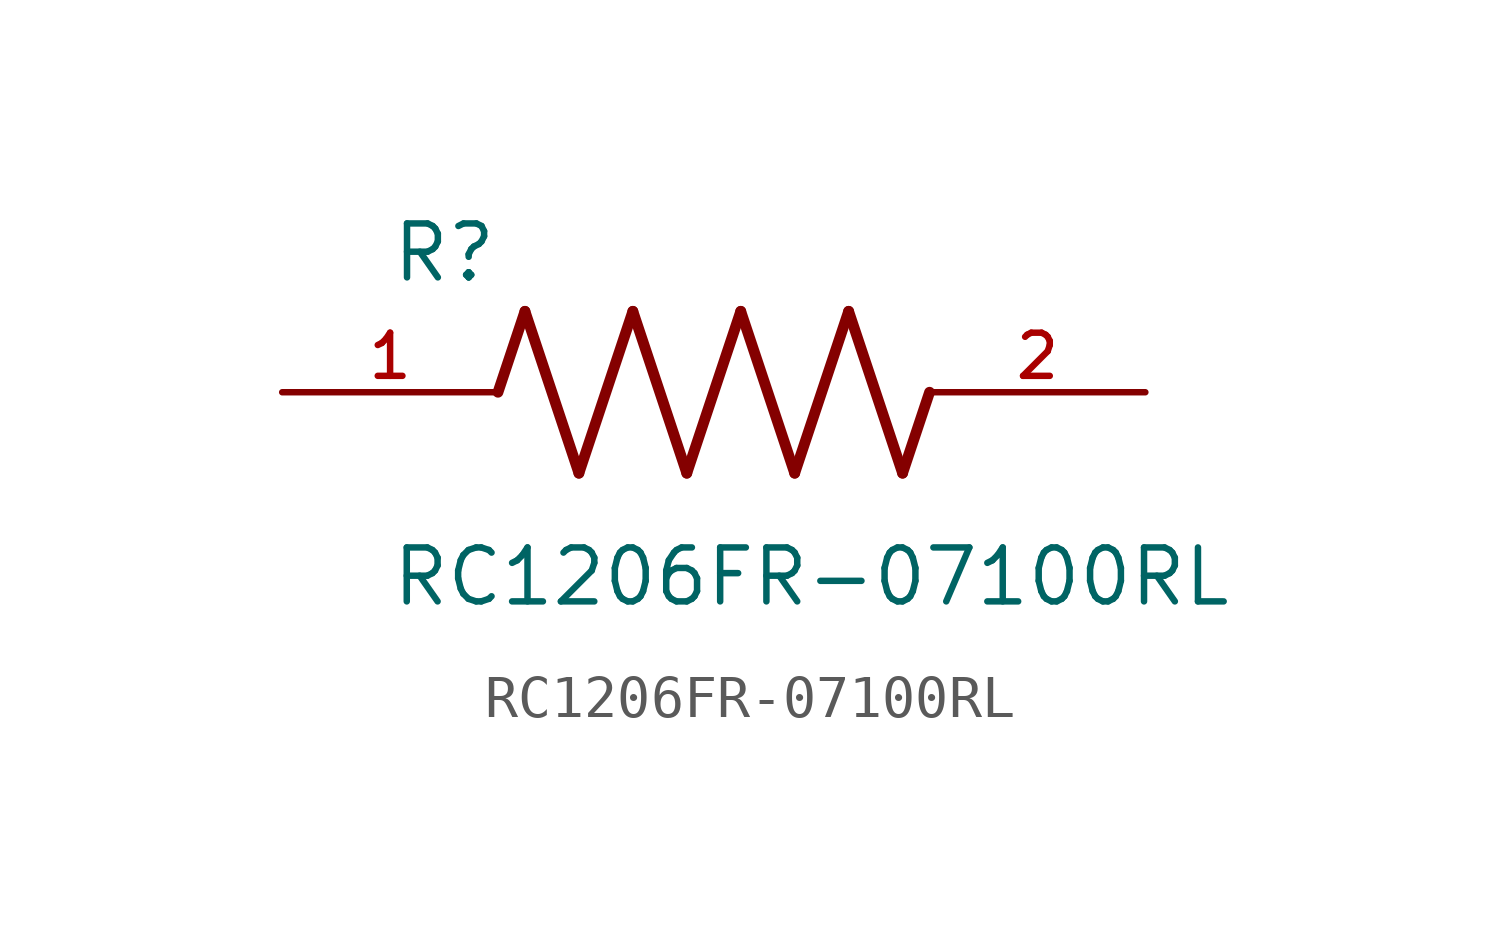
<source format=kicad_sym>
(kicad_symbol_lib
  (version 20211014)
  (generator kicad_symbol_editor)
  (symbol "RC1206FR-07100RL"
    (pin_names
      (offset 1.016))
    (property "Reference" "R"
      (at -7.624 2.541 0)
      (effects (font (size 1.27 1.27)) (justify bottom left)))
    (property "Value" "RC1206FR-07100RL"
      (at -7.63 -5.087 0)
      (effects (font (size 1.27 1.27)) (justify bottom left)))
    (symbol "RC1206FR-07100RL_0_0"
      (polyline (pts (xy -5.08 0.0) (xy -4.445 1.905)) (stroke (width 0.254)))
      (polyline (pts (xy -4.445 1.905) (xy -3.175 -1.905)) (stroke (width 0.254)))
      (polyline (pts (xy -3.175 -1.905) (xy -1.905 1.905)) (stroke (width 0.254)))
      (polyline (pts (xy -1.905 1.905) (xy -0.635 -1.905)) (stroke (width 0.254)))
      (polyline (pts (xy -0.635 -1.905) (xy 0.635 1.905)) (stroke (width 0.254)))
      (polyline (pts (xy 0.635 1.905) (xy 1.905 -1.905)) (stroke (width 0.254)))
      (polyline (pts (xy 1.905 -1.905) (xy 3.175 1.905)) (stroke (width 0.254)))
      (polyline (pts (xy 3.175 1.905) (xy 4.445 -1.905)) (stroke (width 0.254)))
      (polyline (pts (xy 4.445 -1.905) (xy 5.08 0.0)) (stroke (width 0.254)))
      (pin passive line (at -10.16 0.0 0) (length 5.08) (name "~" (effects (font (size 1.016 1.016)))) (number "1" (effects (font (size 1.016 1.016)))))
      (pin passive line (at 10.16 0.0 180.0) (length 5.08) (name "~" (effects (font (size 1.016 1.016)))) (number "2" (effects (font (size 1.016 1.016))))))))
</source>
